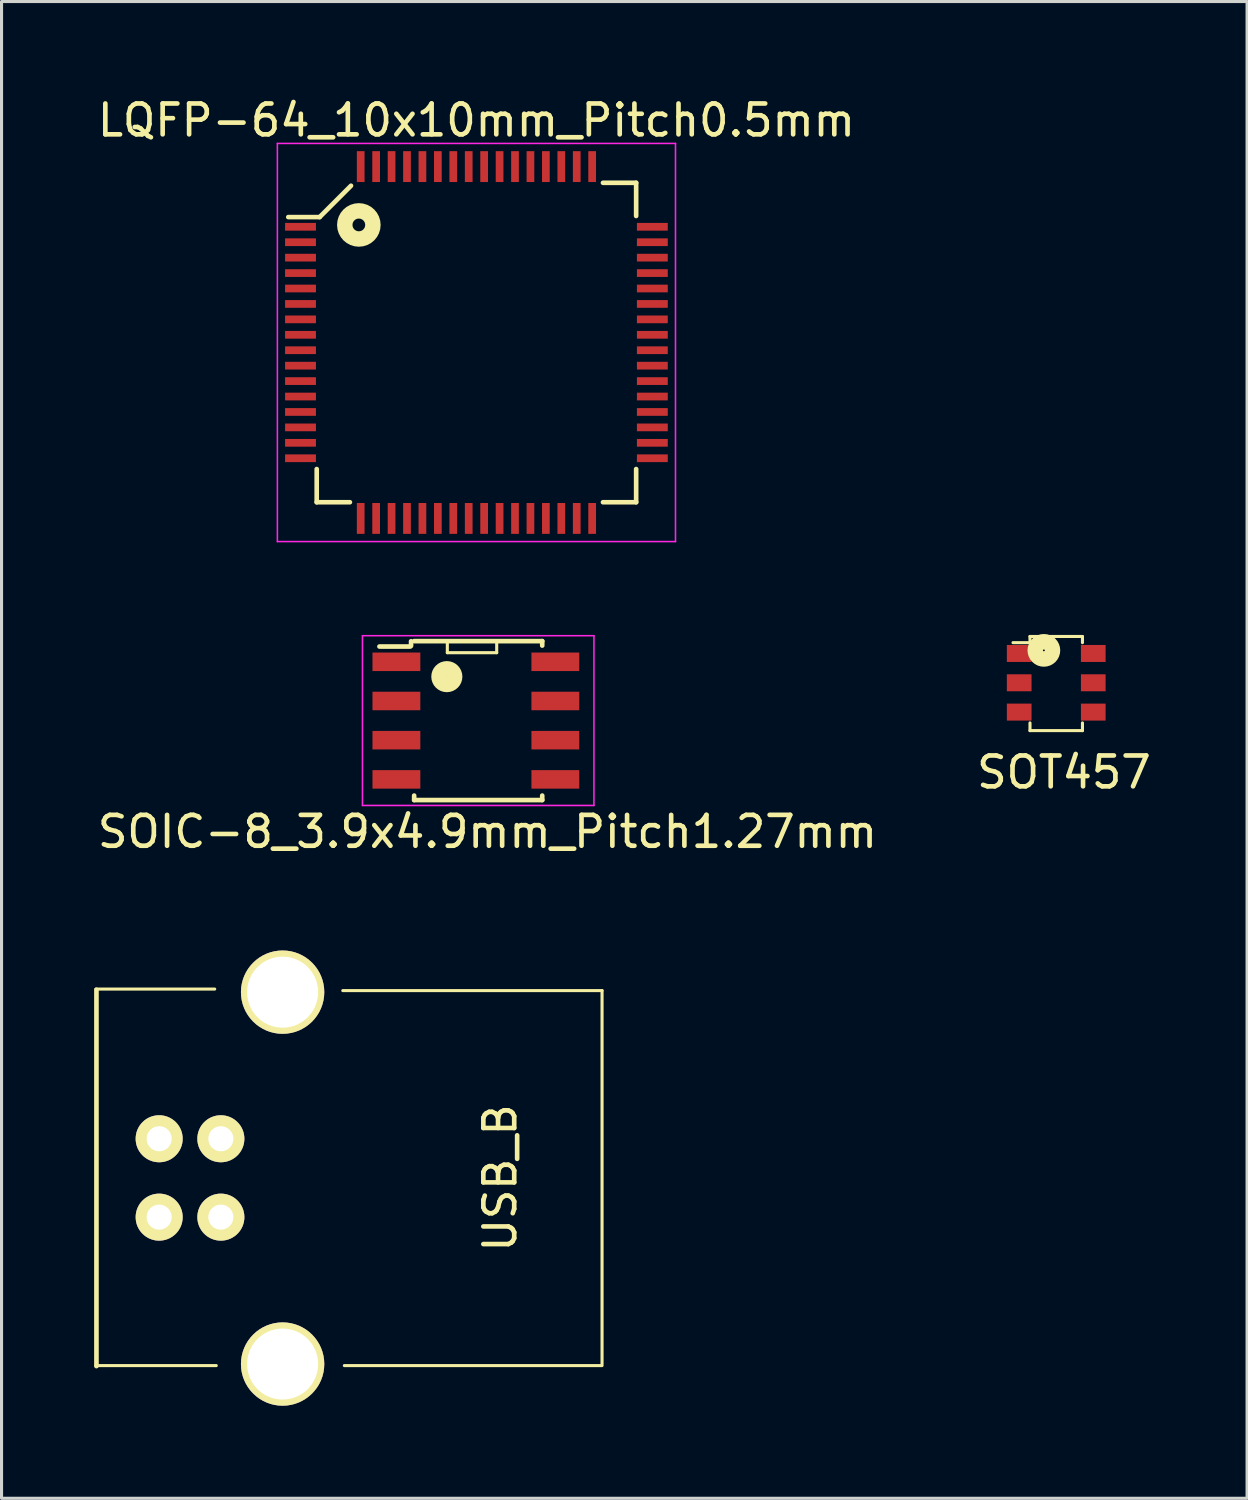
<source format=kicad_pcb>
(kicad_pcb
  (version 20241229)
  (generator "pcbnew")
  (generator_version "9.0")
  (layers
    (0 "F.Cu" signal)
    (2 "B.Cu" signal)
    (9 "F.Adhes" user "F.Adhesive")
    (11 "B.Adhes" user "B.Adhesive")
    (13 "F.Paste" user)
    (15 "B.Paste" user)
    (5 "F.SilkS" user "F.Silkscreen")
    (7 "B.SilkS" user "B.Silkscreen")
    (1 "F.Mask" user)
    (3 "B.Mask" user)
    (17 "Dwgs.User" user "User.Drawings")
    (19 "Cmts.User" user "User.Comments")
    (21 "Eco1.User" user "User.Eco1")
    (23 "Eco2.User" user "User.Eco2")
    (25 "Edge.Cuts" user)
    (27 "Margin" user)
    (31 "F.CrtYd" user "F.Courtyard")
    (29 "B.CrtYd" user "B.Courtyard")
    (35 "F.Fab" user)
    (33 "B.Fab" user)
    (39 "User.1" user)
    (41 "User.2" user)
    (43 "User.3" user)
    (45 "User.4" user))
  (footprint "SOT457"
    (layer "F.Cu")
    (at 29.973 18.123)
    (property "Reference" "SOT457" (at 1.45 3.85 0) (layer "F.SilkS") (effects (font (size 1 1) (thickness 0.15))))
    (attr through_hole)
    (fp_line (start 0.35 -0.55) (end 2.05 -0.55) (stroke (width 0.1) (type solid)) (layer "F.SilkS"))
    (fp_line (start 0.35 -0.35) (end -0.2 -0.35) (stroke (width 0.1) (type solid)) (layer "F.SilkS"))
    (fp_line (start 0.35 -0.35) (end 0.35 -0.55) (stroke (width 0.1) (type solid)) (layer "F.SilkS"))
    (fp_line (start 0.35 2.25) (end 0.35 2.5) (stroke (width 0.1) (type solid)) (layer "F.SilkS"))
    (fp_line (start 0.35 2.5) (end 2.05 2.5) (stroke (width 0.1) (type solid)) (layer "F.SilkS"))
    (fp_line (start 2.05 -0.55) (end 2.05 -0.35) (stroke (width 0.1) (type solid)) (layer "F.SilkS"))
    (fp_line (start 2.05 2.5) (end 2.05 2.25) (stroke (width 0.1) (type solid)) (layer "F.SilkS"))
    (fp_circle (center 0.8 -0.1) (end 0.83 -0.1) (stroke (width 0.5) (type solid)) (fill no) (layer "F.SilkS"))
    (pad "1" smd rect (at 0 0) (size 0.8 0.55) (layers "F.Cu" "F.Mask" "F.Paste"))
    (pad "2" smd rect (at 0 0.95) (size 0.8 0.55) (layers "F.Cu" "F.Mask" "F.Paste"))
    (pad "3" smd rect (at 0 1.9) (size 0.8 0.55) (layers "F.Cu" "F.Mask" "F.Paste"))
    (pad "4" smd rect (at 2.4 1.9) (size 0.8 0.55) (layers "F.Cu" "F.Mask" "F.Paste"))
    (pad "5" smd rect (at 2.4 0.95) (size 0.8 0.55) (layers "F.Cu" "F.Mask" "F.Paste"))
    (pad "6" smd rect (at 2.4 0) (size 0.8 0.55) (layers "F.Cu" "F.Mask" "F.Paste")))
  (footprint "LQFP-64_10x10mm_Pitch0.5mm"
    (layer "F.Cu")
    (at 12.387 8.048)
    (property "Reference" "LQFP-64_10x10mm_Pitch0.5mm" (at 0 -7.2 0) (layer "F.SilkS") (effects (font (size 1 1) (thickness 0.15))))
    (attr smd)
    (fp_line (start -6.096 -4.064) (end -5.08 -4.064) (stroke (width 0.15) (type solid)) (layer "F.SilkS"))
    (fp_line (start -5.175 5.175) (end -5.175 4.1) (stroke (width 0.15) (type solid)) (layer "F.SilkS"))
    (fp_line (start -5.175 5.175) (end -4.1 5.175) (stroke (width 0.15) (type solid)) (layer "F.SilkS"))
    (fp_line (start -5.08 -4.064) (end -4.064 -5.08) (stroke (width 0.15) (type solid)) (layer "F.SilkS"))
    (fp_line (start 5.175 -5.175) (end 4.1 -5.175) (stroke (width 0.15) (type solid)) (layer "F.SilkS"))
    (fp_line (start 5.175 -5.175) (end 5.175 -4.1) (stroke (width 0.15) (type solid)) (layer "F.SilkS"))
    (fp_line (start 5.175 5.175) (end 4.1 5.175) (stroke (width 0.15) (type solid)) (layer "F.SilkS"))
    (fp_line (start 5.175 5.175) (end 5.175 4.1) (stroke (width 0.15) (type solid)) (layer "F.SilkS"))
    (fp_circle (center -3.81 -3.81) (end -3.604 -3.81) (stroke (width 0.5) (type solid)) (fill no) (layer "F.SilkS"))
    (fp_line (start -6.45 -6.45) (end -6.45 6.45) (stroke (width 0.05) (type solid)) (layer "F.CrtYd"))
    (fp_line (start -6.45 -6.45) (end 6.45 -6.45) (stroke (width 0.05) (type solid)) (layer "F.CrtYd"))
    (fp_line (start -6.45 6.45) (end 6.45 6.45) (stroke (width 0.05) (type solid)) (layer "F.CrtYd"))
    (fp_line (start 6.45 -6.45) (end 6.45 6.45) (stroke (width 0.05) (type solid)) (layer "F.CrtYd"))
    (pad "1" smd rect (at -5.7 -3.75) (size 1 0.25) (layers "F.Cu" "F.Mask" "F.Paste"))
    (pad "2" smd rect (at -5.7 -3.25) (size 1 0.25) (layers "F.Cu" "F.Mask" "F.Paste"))
    (pad "3" smd rect (at -5.7 -2.75) (size 1 0.25) (layers "F.Cu" "F.Mask" "F.Paste"))
    (pad "4" smd rect (at -5.7 -2.25) (size 1 0.25) (layers "F.Cu" "F.Mask" "F.Paste"))
    (pad "5" smd rect (at -5.7 -1.75) (size 1 0.25) (layers "F.Cu" "F.Mask" "F.Paste"))
    (pad "6" smd rect (at -5.7 -1.25) (size 1 0.25) (layers "F.Cu" "F.Mask" "F.Paste"))
    (pad "7" smd rect (at -5.7 -0.75) (size 1 0.25) (layers "F.Cu" "F.Mask" "F.Paste"))
    (pad "8" smd rect (at -5.7 -0.25) (size 1 0.25) (layers "F.Cu" "F.Mask" "F.Paste"))
    (pad "9" smd rect (at -5.7 0.25) (size 1 0.25) (layers "F.Cu" "F.Mask" "F.Paste"))
    (pad "10" smd rect (at -5.7 0.75) (size 1 0.25) (layers "F.Cu" "F.Mask" "F.Paste"))
    (pad "11" smd rect (at -5.7 1.25) (size 1 0.25) (layers "F.Cu" "F.Mask" "F.Paste"))
    (pad "12" smd rect (at -5.7 1.75) (size 1 0.25) (layers "F.Cu" "F.Mask" "F.Paste"))
    (pad "13" smd rect (at -5.7 2.25) (size 1 0.25) (layers "F.Cu" "F.Mask" "F.Paste"))
    (pad "14" smd rect (at -5.7 2.75) (size 1 0.25) (layers "F.Cu" "F.Mask" "F.Paste"))
    (pad "15" smd rect (at -5.7 3.25) (size 1 0.25) (layers "F.Cu" "F.Mask" "F.Paste"))
    (pad "16" smd rect (at -5.7 3.75) (size 1 0.25) (layers "F.Cu" "F.Mask" "F.Paste"))
    (pad "17" smd rect (at -3.75 5.7 90) (size 1 0.25) (layers "F.Cu" "F.Mask" "F.Paste"))
    (pad "18" smd rect (at -3.25 5.7 90) (size 1 0.25) (layers "F.Cu" "F.Mask" "F.Paste"))
    (pad "19" smd rect (at -2.75 5.7 90) (size 1 0.25) (layers "F.Cu" "F.Mask" "F.Paste"))
    (pad "20" smd rect (at -2.25 5.7 90) (size 1 0.25) (layers "F.Cu" "F.Mask" "F.Paste"))
    (pad "21" smd rect (at -1.75 5.7 90) (size 1 0.25) (layers "F.Cu" "F.Mask" "F.Paste"))
    (pad "22" smd rect (at -1.25 5.7 90) (size 1 0.25) (layers "F.Cu" "F.Mask" "F.Paste"))
    (pad "23" smd rect (at -0.75 5.7 90) (size 1 0.25) (layers "F.Cu" "F.Mask" "F.Paste"))
    (pad "24" smd rect (at -0.25 5.7 90) (size 1 0.25) (layers "F.Cu" "F.Mask" "F.Paste"))
    (pad "25" smd rect (at 0.25 5.7 90) (size 1 0.25) (layers "F.Cu" "F.Mask" "F.Paste"))
    (pad "26" smd rect (at 0.75 5.7 90) (size 1 0.25) (layers "F.Cu" "F.Mask" "F.Paste"))
    (pad "27" smd rect (at 1.25 5.7 90) (size 1 0.25) (layers "F.Cu" "F.Mask" "F.Paste"))
    (pad "28" smd rect (at 1.75 5.7 90) (size 1 0.25) (layers "F.Cu" "F.Mask" "F.Paste"))
    (pad "29" smd rect (at 2.25 5.7 90) (size 1 0.25) (layers "F.Cu" "F.Mask" "F.Paste"))
    (pad "30" smd rect (at 2.75 5.7 90) (size 1 0.25) (layers "F.Cu" "F.Mask" "F.Paste"))
    (pad "31" smd rect (at 3.25 5.7 90) (size 1 0.25) (layers "F.Cu" "F.Mask" "F.Paste"))
    (pad "32" smd rect (at 3.75 5.7 90) (size 1 0.25) (layers "F.Cu" "F.Mask" "F.Paste"))
    (pad "33" smd rect (at 5.7 3.75) (size 1 0.25) (layers "F.Cu" "F.Mask" "F.Paste"))
    (pad "34" smd rect (at 5.7 3.25) (size 1 0.25) (layers "F.Cu" "F.Mask" "F.Paste"))
    (pad "35" smd rect (at 5.7 2.75) (size 1 0.25) (layers "F.Cu" "F.Mask" "F.Paste"))
    (pad "36" smd rect (at 5.7 2.25) (size 1 0.25) (layers "F.Cu" "F.Mask" "F.Paste"))
    (pad "37" smd rect (at 5.7 1.75) (size 1 0.25) (layers "F.Cu" "F.Mask" "F.Paste"))
    (pad "38" smd rect (at 5.7 1.25) (size 1 0.25) (layers "F.Cu" "F.Mask" "F.Paste"))
    (pad "39" smd rect (at 5.7 0.75) (size 1 0.25) (layers "F.Cu" "F.Mask" "F.Paste"))
    (pad "40" smd rect (at 5.7 0.25) (size 1 0.25) (layers "F.Cu" "F.Mask" "F.Paste"))
    (pad "41" smd rect (at 5.7 -0.25) (size 1 0.25) (layers "F.Cu" "F.Mask" "F.Paste"))
    (pad "42" smd rect (at 5.7 -0.75) (size 1 0.25) (layers "F.Cu" "F.Mask" "F.Paste"))
    (pad "43" smd rect (at 5.7 -1.25) (size 1 0.25) (layers "F.Cu" "F.Mask" "F.Paste"))
    (pad "44" smd rect (at 5.7 -1.75) (size 1 0.25) (layers "F.Cu" "F.Mask" "F.Paste"))
    (pad "45" smd rect (at 5.7 -2.25) (size 1 0.25) (layers "F.Cu" "F.Mask" "F.Paste"))
    (pad "46" smd rect (at 5.7 -2.75) (size 1 0.25) (layers "F.Cu" "F.Mask" "F.Paste"))
    (pad "47" smd rect (at 5.7 -3.25) (size 1 0.25) (layers "F.Cu" "F.Mask" "F.Paste"))
    (pad "48" smd rect (at 5.7 -3.75) (size 1 0.25) (layers "F.Cu" "F.Mask" "F.Paste"))
    (pad "49" smd rect (at 3.75 -5.7 90) (size 1 0.25) (layers "F.Cu" "F.Mask" "F.Paste"))
    (pad "50" smd rect (at 3.25 -5.7 90) (size 1 0.25) (layers "F.Cu" "F.Mask" "F.Paste"))
    (pad "51" smd rect (at 2.75 -5.7 90) (size 1 0.25) (layers "F.Cu" "F.Mask" "F.Paste"))
    (pad "52" smd rect (at 2.25 -5.7 90) (size 1 0.25) (layers "F.Cu" "F.Mask" "F.Paste"))
    (pad "53" smd rect (at 1.75 -5.7 90) (size 1 0.25) (layers "F.Cu" "F.Mask" "F.Paste"))
    (pad "54" smd rect (at 1.25 -5.7 90) (size 1 0.25) (layers "F.Cu" "F.Mask" "F.Paste"))
    (pad "55" smd rect (at 0.75 -5.7 90) (size 1 0.25) (layers "F.Cu" "F.Mask" "F.Paste"))
    (pad "56" smd rect (at 0.25 -5.7 90) (size 1 0.25) (layers "F.Cu" "F.Mask" "F.Paste"))
    (pad "57" smd rect (at -0.25 -5.7 90) (size 1 0.25) (layers "F.Cu" "F.Mask" "F.Paste"))
    (pad "58" smd rect (at -0.75 -5.7 90) (size 1 0.25) (layers "F.Cu" "F.Mask" "F.Paste"))
    (pad "59" smd rect (at -1.25 -5.7 90) (size 1 0.25) (layers "F.Cu" "F.Mask" "F.Paste"))
    (pad "60" smd rect (at -1.75 -5.7 90) (size 1 0.25) (layers "F.Cu" "F.Mask" "F.Paste"))
    (pad "61" smd rect (at -2.25 -5.7 90) (size 1 0.25) (layers "F.Cu" "F.Mask" "F.Paste"))
    (pad "62" smd rect (at -2.75 -5.7 90) (size 1 0.25) (layers "F.Cu" "F.Mask" "F.Paste"))
    (pad "63" smd rect (at -3.25 -5.7 90) (size 1 0.25) (layers "F.Cu" "F.Mask" "F.Paste"))
    (pad "64" smd rect (at -3.75 -5.7 90) (size 1 0.25) (layers "F.Cu" "F.Mask" "F.Paste")))
  (footprint "USB_B"
    (layer "F.Cu")
    (at 6.157 33.897)
    (property "Reference" "USB_B" (at 6.999 1.22 90) (layer "F.SilkS") (effects (font (size 1 1) (thickness 0.15))))
    (attr through_hole)
    (fp_line (start -6.1 -4.9) (end -2.25 -4.9) (stroke (width 0.1) (type solid)) (layer "F.SilkS"))
    (fp_line (start -6.1 7.3) (end -2.2 7.3) (stroke (width 0.1) (type solid)) (layer "F.SilkS"))
    (fp_line (start -6.082 7.316) (end -6.082 -4.876) (stroke (width 0.15) (type solid)) (layer "F.SilkS"))
    (fp_line (start 10.3 -4.85) (end 1.9 -4.85) (stroke (width 0.1) (type solid)) (layer "F.SilkS"))
    (fp_line (start 10.3 -4.85) (end 10.3 7.25) (stroke (width 0.1) (type solid)) (layer "F.SilkS"))
    (fp_line (start 10.3 7.3) (end 1.95 7.3) (stroke (width 0.1) (type solid)) (layer "F.SilkS"))
    (pad "1" thru_hole circle (at -4.05 -0.05 270) (size 1.524 1.524) (drill 0.813) (layers "*.Cu" "*.Mask" "F.SilkS"))
    (pad "2" thru_hole circle (at -4.05 2.49 270) (size 1.524 1.524) (drill 0.813) (layers "*.Cu" "*.Mask" "F.SilkS"))
    (pad "3" thru_hole circle (at -2.051 2.49 270) (size 1.524 1.524) (drill 0.813) (layers "*.Cu" "*.Mask" "F.SilkS"))
    (pad "4" thru_hole circle (at -2.051 -0.05 270) (size 1.524 1.524) (drill 0.813) (layers "*.Cu" "*.Mask" "F.SilkS"))
    (pad "5" thru_hole circle (at -0.05 -4.8 270) (size 2.7 2.7) (drill 2.301) (layers "*.Cu" "*.Mask" "F.SilkS"))
    (pad "5" thru_hole circle (at -0.05 7.25 270) (size 2.7 2.7) (drill 2.301) (layers "*.Cu" "*.Mask" "F.SilkS")))
  (footprint "SOIC-8_3.9x4.9mm_Pitch1.27mm"
    (layer "F.Cu")
    (at 9.044 20.348)
    (property "Reference" "SOIC-8_3.9x4.9mm_Pitch1.27mm" (at 3.7 3.55 0) (layer "F.SilkS") (effects (font (size 1 1) (thickness 0.15))))
    (attr smd)
    (fp_line (start 1.2 -2.45) (end 0.2 -2.45) (stroke (width 0.15) (type solid)) (layer "F.SilkS"))
    (fp_line (start 1.225 -2.475) (end 1.225 -2.62) (stroke (width 0.15) (type solid)) (layer "F.SilkS"))
    (fp_line (start 1.325 -2.625) (end 5.475 -2.625) (stroke (width 0.15) (type solid)) (layer "F.SilkS"))
    (fp_line (start 1.325 2.525) (end 1.325 2.38) (stroke (width 0.15) (type solid)) (layer "F.SilkS"))
    (fp_line (start 1.325 2.525) (end 5.475 2.525) (stroke (width 0.15) (type solid)) (layer "F.SilkS"))
    (fp_line (start 2.4 -2.6) (end 2.4 -2.25) (stroke (width 0.1) (type solid)) (layer "F.SilkS"))
    (fp_line (start 2.4 -2.25) (end 4 -2.25) (stroke (width 0.1) (type solid)) (layer "F.SilkS"))
    (fp_line (start 4 -2.25) (end 4 -2.6) (stroke (width 0.1) (type solid)) (layer "F.SilkS"))
    (fp_line (start 5.475 -2.625) (end 5.475 -2.48) (stroke (width 0.15) (type solid)) (layer "F.SilkS"))
    (fp_line (start 5.475 2.525) (end 5.475 2.38) (stroke (width 0.15) (type solid)) (layer "F.SilkS"))
    (fp_circle (center 2.384 -1.474) (end 2.638 -1.474) (stroke (width 0.5) (type solid)) (fill no) (layer "F.SilkS"))
    (fp_line (start -0.35 -2.8) (end -0.35 2.7) (stroke (width 0.05) (type solid)) (layer "F.CrtYd"))
    (fp_line (start -0.35 -2.8) (end 7.15 -2.8) (stroke (width 0.05) (type solid)) (layer "F.CrtYd"))
    (fp_line (start -0.35 2.7) (end 7.15 2.7) (stroke (width 0.05) (type solid)) (layer "F.CrtYd"))
    (fp_line (start 7.15 -2.8) (end 7.15 2.7) (stroke (width 0.05) (type solid)) (layer "F.CrtYd"))
    (pad "1" smd rect (at 0.75 -1.955) (size 1.55 0.6) (layers "F.Cu" "F.Mask" "F.Paste"))
    (pad "2" smd rect (at 0.75 -0.685) (size 1.55 0.6) (layers "F.Cu" "F.Mask" "F.Paste"))
    (pad "3" smd rect (at 0.75 0.585) (size 1.55 0.6) (layers "F.Cu" "F.Mask" "F.Paste"))
    (pad "4" smd rect (at 0.75 1.855) (size 1.55 0.6) (layers "F.Cu" "F.Mask" "F.Paste"))
    (pad "5" smd rect (at 5.9 1.855) (size 1.55 0.6) (layers "F.Cu" "F.Mask" "F.Paste"))
    (pad "6" smd rect (at 5.9 0.585) (size 1.55 0.6) (layers "F.Cu" "F.Mask" "F.Paste"))
    (pad "7" smd rect (at 5.9 -0.685) (size 1.55 0.6) (layers "F.Cu" "F.Mask" "F.Paste"))
    (pad "8" smd rect (at 5.9 -1.955) (size 1.55 0.6) (layers "F.Cu" "F.Mask" "F.Paste")))
  (gr_rect
    (start -3 -3)
    (end 37.357 45.497)
    (stroke (width 0.1) (type default))
    (fill no)
    (layer "Edge.Cuts")))
</source>
